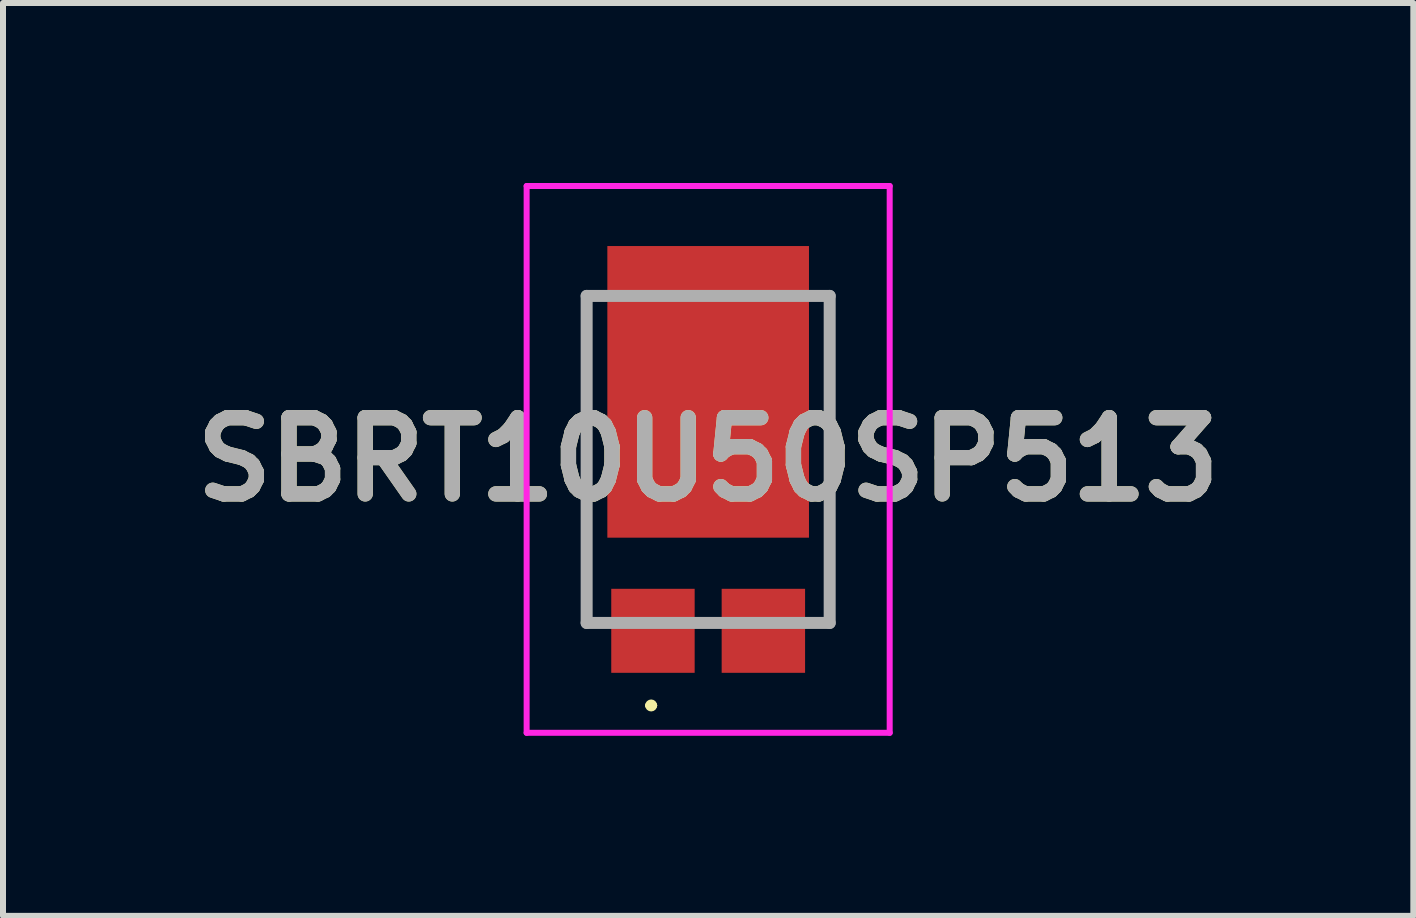
<source format=kicad_pcb>
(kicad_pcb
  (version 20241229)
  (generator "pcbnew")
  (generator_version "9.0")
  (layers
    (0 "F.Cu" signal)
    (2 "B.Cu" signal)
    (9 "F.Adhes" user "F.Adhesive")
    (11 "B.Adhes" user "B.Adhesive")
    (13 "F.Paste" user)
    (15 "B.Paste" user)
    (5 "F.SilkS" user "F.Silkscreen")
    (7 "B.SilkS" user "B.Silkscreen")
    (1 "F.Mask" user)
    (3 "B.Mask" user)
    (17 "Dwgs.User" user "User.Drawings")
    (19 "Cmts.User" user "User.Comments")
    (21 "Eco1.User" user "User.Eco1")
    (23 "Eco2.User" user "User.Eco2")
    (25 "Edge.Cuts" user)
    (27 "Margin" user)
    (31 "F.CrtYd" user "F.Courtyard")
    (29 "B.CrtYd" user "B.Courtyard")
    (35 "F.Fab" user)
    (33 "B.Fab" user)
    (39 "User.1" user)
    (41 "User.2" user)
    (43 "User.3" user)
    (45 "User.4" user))
  (footprint "SBRT10U50SP513"
    (layer "F.Cu")
    (at 8.751 4.606)
    (property "Reference" "SBRT10U50SP513" (at 0 0 0) (layer "F.SilkS") (effects (font (size 1.27 1.27) (thickness 0.254))))
    (attr smd)
    (fp_line (start -2.025 -2.725) (end -2.025 2.725) (stroke (width 0.1) (type solid)) (layer "F.SilkS"))
    (fp_line (start -1 4.1) (end -1 4.1) (stroke (width 0.1) (type solid)) (layer "F.SilkS"))
    (fp_line (start -0.9 4.1) (end -0.9 4.1) (stroke (width 0.1) (type solid)) (layer "F.SilkS"))
    (fp_line (start 2.025 -2.725) (end 2.025 2.725) (stroke (width 0.1) (type solid)) (layer "F.SilkS"))
    (fp_arc (start -1 4.1) (mid -0.95 4.05) (end -0.9 4.1) (stroke (width 0.1) (type solid)) (layer "F.SilkS"))
    (fp_arc (start -0.9 4.1) (mid -0.95 4.15) (end -1 4.1) (stroke (width 0.1) (type solid)) (layer "F.SilkS"))
    (fp_line (start -3.025 -4.556) (end 3.025 -4.556) (stroke (width 0.1) (type solid)) (layer "F.CrtYd"))
    (fp_line (start -3.025 4.556) (end -3.025 -4.556) (stroke (width 0.1) (type solid)) (layer "F.CrtYd"))
    (fp_line (start 3.025 -4.556) (end 3.025 4.556) (stroke (width 0.1) (type solid)) (layer "F.CrtYd"))
    (fp_line (start 3.025 4.556) (end -3.025 4.556) (stroke (width 0.1) (type solid)) (layer "F.CrtYd"))
    (fp_line (start -2.025 -2.725) (end 2.025 -2.725) (stroke (width 0.2) (type solid)) (layer "F.Fab"))
    (fp_line (start -2.025 2.725) (end -2.025 -2.725) (stroke (width 0.2) (type solid)) (layer "F.Fab"))
    (fp_line (start 2.025 -2.725) (end 2.025 2.725) (stroke (width 0.2) (type solid)) (layer "F.Fab"))
    (fp_line (start 2.025 2.725) (end -2.025 2.725) (stroke (width 0.2) (type solid)) (layer "F.Fab"))
    (fp_text user "${REFERENCE}" (at 0 0 0) (layer "F.Fab") (effects (font (size 1.27 1.27) (thickness 0.254))))
    (pad "1" smd rect (at -0.92 2.856) (size 1.39 1.4) (layers "F.Cu" "F.Mask" "F.Paste"))
    (pad "2" smd rect (at 0.92 2.856) (size 1.39 1.4) (layers "F.Cu" "F.Mask" "F.Paste"))
    (pad "3" smd rect (at 0 -1.126) (size 3.36 4.86) (layers "F.Cu" "F.Mask" "F.Paste")))
  (gr_rect
    (start -3 -3)
    (end 20.502 12.212)
    (stroke (width 0.1) (type default))
    (fill no)
    (layer "Edge.Cuts")))
</source>
